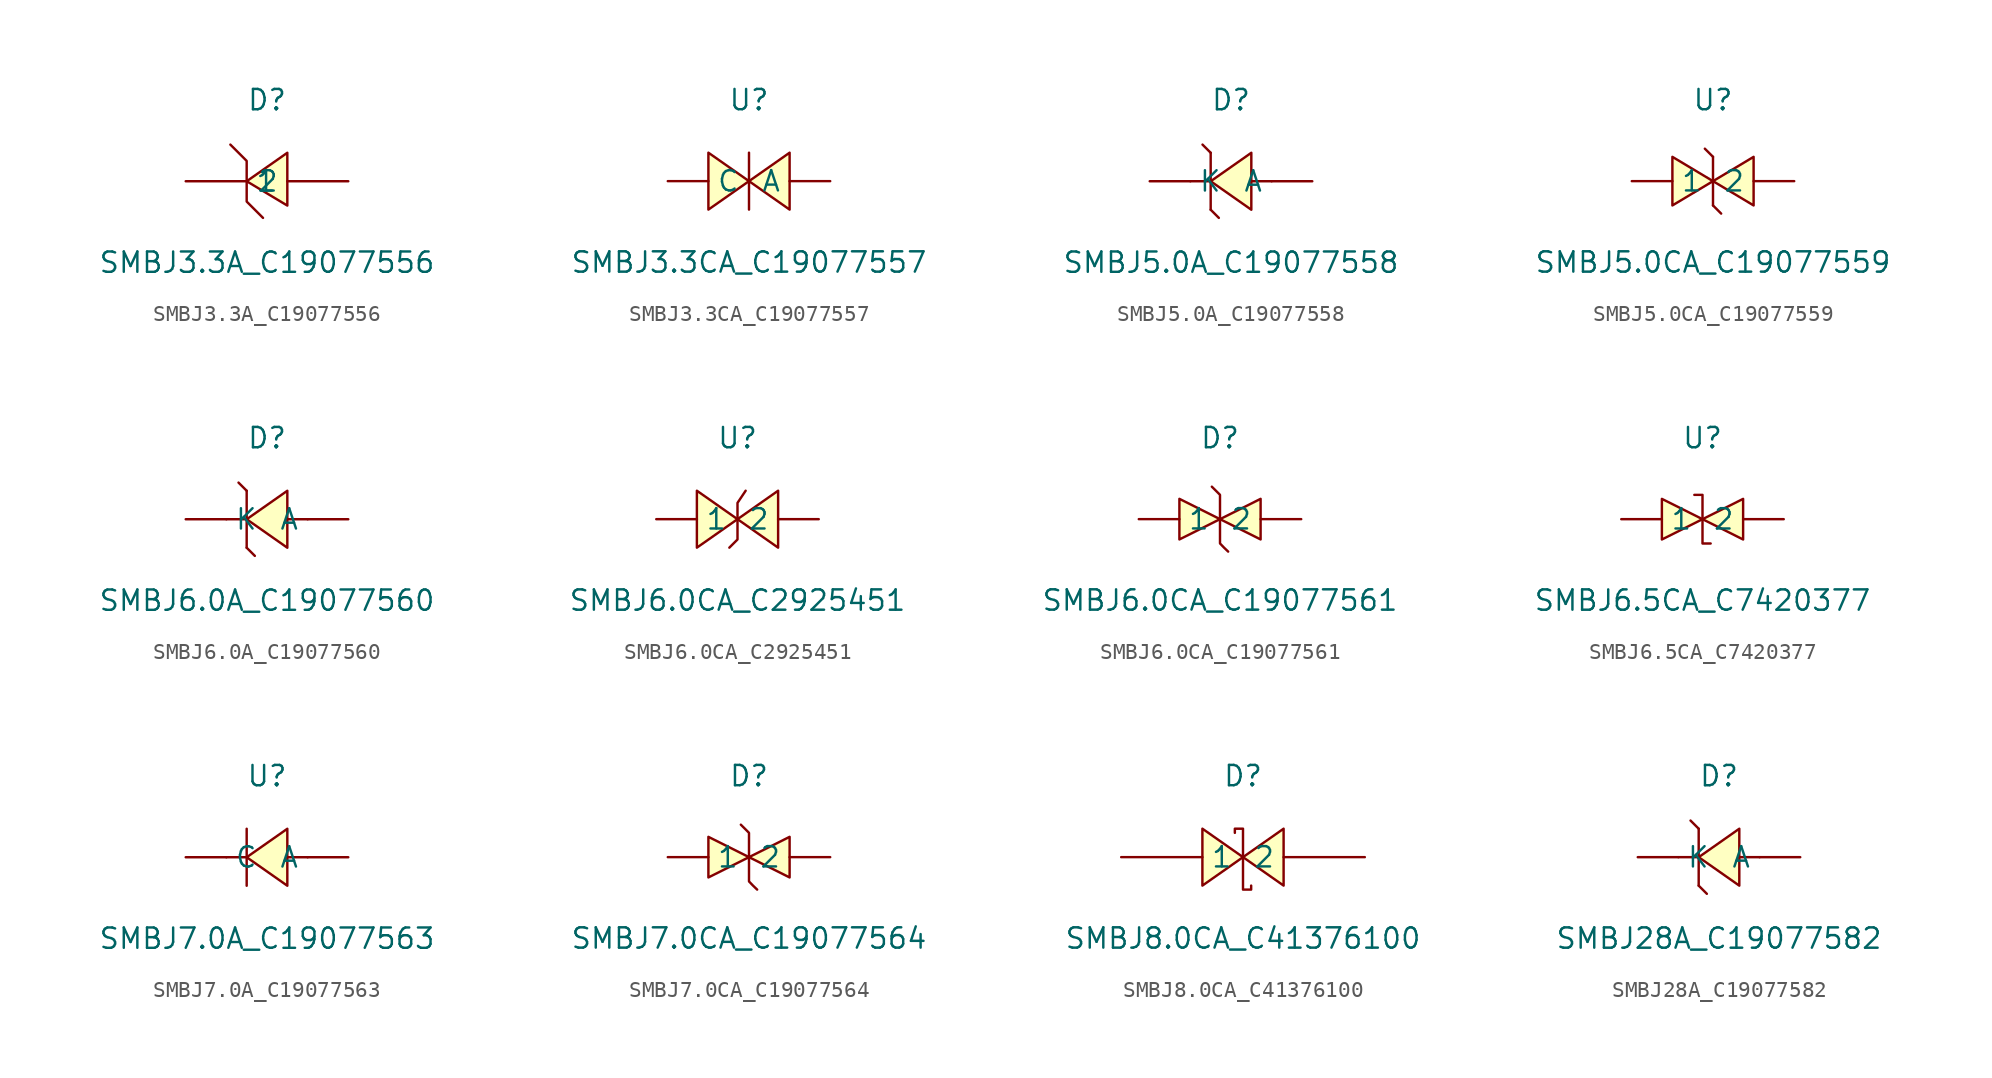
<source format=kicad_sym>
(kicad_symbol_lib
  (version 20241209)
  (generator "kicad_symbol_editor")
  (generator_version "9.0")
  (symbol "SMBJ3.3A_C19077556"
    (pin_numbers
      (hide yes))
    (property "Reference" "D"
      (at 0 5.08 0)
      (effects (font (size 1.27 1.27))))
    (property "Value" "SMBJ3.3A_C19077556"
      (at 0 -5.08 0)
      (effects (font (size 1.27 1.27))))
    (symbol "SMBJ3.3A_C19077556_0_1"
      (polyline (pts (xy -2.29 2.29) (xy -1.27 1.27) (xy -1.27 -1.27) (xy -0.25 -2.29)) (stroke (width 0) (type default)) (fill (type none)))
      (polyline (pts (xy 1.27 -1.52) (xy -1.27 0) (xy 1.27 1.78) (xy 1.27 -1.52)) (stroke (width 0) (type default)) (fill (type background)))
      (pin unspecified line (at -5.08 0 0) (length 3.81) (name "1" (effects (font (size 1.27 1.27)))) (number "1" (effects (font (size 1.27 1.27)))))
      (pin unspecified line (at 5.08 0 180) (length 3.81) (name "2" (effects (font (size 1.27 1.27)))) (number "2" (effects (font (size 1.27 1.27)))))))
  (symbol "SMBJ3.3CA_C19077557"
    (pin_numbers
      (hide yes))
    (property "Reference" "U"
      (at 0 5.08 0)
      (effects (font (size 1.27 1.27))))
    (property "Value" "SMBJ3.3CA_C19077557"
      (at 0 -5.08 0)
      (effects (font (size 1.27 1.27))))
    (symbol "SMBJ3.3CA_C19077557_0_1"
      (polyline (pts (xy -2.54 -1.78) (xy 0 0) (xy -2.54 1.78) (xy -2.54 -1.78)) (stroke (width 0) (type default)) (fill (type background)))
      (polyline (pts (xy 0 1.27) (xy 0 1.27) (xy 0 1.78) (xy 0 -1.78) (xy 0 -1.27) (xy 0 -1.27)) (stroke (width 0) (type default)) (fill (type none)))
      (polyline (pts (xy 2.54 1.78) (xy 0 0) (xy 2.54 -1.78) (xy 2.54 1.78)) (stroke (width 0) (type default)) (fill (type background)))
      (pin unspecified line (at -5.08 0 0) (length 2.54) (name "C" (effects (font (size 1.27 1.27)))) (number "1" (effects (font (size 1.27 1.27)))))
      (pin unspecified line (at 5.08 0 180) (length 2.54) (name "A" (effects (font (size 1.27 1.27)))) (number "2" (effects (font (size 1.27 1.27)))))))
  (symbol "SMBJ5.0A_C19077558"
    (pin_numbers
      (hide yes))
    (property "Reference" "D"
      (at 0 5.08 0)
      (effects (font (size 1.27 1.27))))
    (property "Value" "SMBJ5.0A_C19077558"
      (at 0 -5.08 0)
      (effects (font (size 1.27 1.27))))
    (symbol "SMBJ5.0A_C19077558_0_1"
      (polyline (pts (xy -1.27 1.78) (xy -1.78 2.29)) (stroke (width 0) (type default)) (fill (type none)))
      (polyline (pts (xy -1.27 1.78) (xy -1.27 -1.78)) (stroke (width 0) (type default)) (fill (type none)))
      (polyline (pts (xy -1.27 0) (xy -2.54 0)) (stroke (width 0) (type default)) (fill (type none)))
      (polyline (pts (xy -1.27 -1.78) (xy -0.76 -2.29)) (stroke (width 0) (type default)) (fill (type none)))
      (polyline (pts (xy 1.27 1.78) (xy -1.27 0) (xy 1.27 -1.78) (xy 1.27 1.78)) (stroke (width 0) (type default)) (fill (type background)))
      (polyline (pts (xy 2.54 0) (xy 1.27 0)) (stroke (width 0) (type default)) (fill (type none)))
      (pin unspecified line (at -5.08 0 0) (length 2.54) (name "K" (effects (font (size 1.27 1.27)))) (number "1" (effects (font (size 1.27 1.27)))))
      (pin unspecified line (at 5.08 0 180) (length 2.54) (name "A" (effects (font (size 1.27 1.27)))) (number "2" (effects (font (size 1.27 1.27)))))))
  (symbol "SMBJ5.0CA_C19077559"
    (pin_numbers
      (hide yes))
    (property "Reference" "U"
      (at 0 5.08 0)
      (effects (font (size 1.27 1.27))))
    (property "Value" "SMBJ5.0CA_C19077559"
      (at 0 -5.08 0)
      (effects (font (size 1.27 1.27))))
    (symbol "SMBJ5.0CA_C19077559_0_1"
      (polyline (pts (xy -2.54 1.52) (xy 0 0) (xy -2.54 -1.52) (xy -2.54 1.52)) (stroke (width 0) (type default)) (fill (type background)))
      (polyline (pts (xy 0 1.52) (xy -0.51 2.03) (xy 0 1.52)) (stroke (width 0) (type default)) (fill (type background)))
      (polyline (pts (xy 0 -1.52) (xy 0 1.52)) (stroke (width 0) (type default)) (fill (type none)))
      (polyline (pts (xy 0 -1.52) (xy 0.51 -2.03) (xy 0 -1.52)) (stroke (width 0) (type default)) (fill (type background)))
      (polyline (pts (xy 2.54 1.52) (xy 0 0) (xy 2.54 -1.52) (xy 2.54 1.52)) (stroke (width 0) (type default)) (fill (type background)))
      (pin unspecified line (at -5.08 0 0) (length 2.54) (name "1" (effects (font (size 1.27 1.27)))) (number "1" (effects (font (size 1.27 1.27)))))
      (pin unspecified line (at 5.08 0 180) (length 2.54) (name "2" (effects (font (size 1.27 1.27)))) (number "2" (effects (font (size 1.27 1.27)))))))
  (symbol "SMBJ6.0A_C19077560"
    (pin_numbers
      (hide yes))
    (property "Reference" "D"
      (at 0 5.08 0)
      (effects (font (size 1.27 1.27))))
    (property "Value" "SMBJ6.0A_C19077560"
      (at 0 -5.08 0)
      (effects (font (size 1.27 1.27))))
    (symbol "SMBJ6.0A_C19077560_0_1"
      (polyline (pts (xy -1.27 1.78) (xy -1.78 2.29)) (stroke (width 0) (type default)) (fill (type none)))
      (polyline (pts (xy -1.27 1.78) (xy -1.27 -1.78)) (stroke (width 0) (type default)) (fill (type none)))
      (polyline (pts (xy -1.27 0) (xy -2.54 0)) (stroke (width 0) (type default)) (fill (type none)))
      (polyline (pts (xy -1.27 -1.78) (xy -0.76 -2.29)) (stroke (width 0) (type default)) (fill (type none)))
      (polyline (pts (xy 1.27 1.78) (xy -1.27 0) (xy 1.27 -1.78) (xy 1.27 1.78)) (stroke (width 0) (type default)) (fill (type background)))
      (polyline (pts (xy 2.54 0) (xy 1.27 0)) (stroke (width 0) (type default)) (fill (type none)))
      (pin unspecified line (at -5.08 0 0) (length 2.54) (name "K" (effects (font (size 1.27 1.27)))) (number "1" (effects (font (size 1.27 1.27)))))
      (pin unspecified line (at 5.08 0 180) (length 2.54) (name "A" (effects (font (size 1.27 1.27)))) (number "2" (effects (font (size 1.27 1.27)))))))
  (symbol "SMBJ6.0CA_C2925451"
    (pin_numbers
      (hide yes))
    (property "Reference" "U"
      (at 0 5.08 0)
      (effects (font (size 1.27 1.27))))
    (property "Value" "SMBJ6.0CA_C2925451"
      (at 0 -5.08 0)
      (effects (font (size 1.27 1.27))))
    (symbol "SMBJ6.0CA_C2925451_0_1"
      (polyline (pts (xy -2.54 -1.78) (xy 0 0) (xy -2.54 1.78) (xy -2.54 -1.78)) (stroke (width 0) (type default)) (fill (type background)))
      (polyline (pts (xy 0.51 1.78) (xy 0 1.02) (xy 0 -1.27) (xy -0.51 -1.78)) (stroke (width 0) (type default)) (fill (type none)))
      (polyline (pts (xy 2.54 1.78) (xy 0 0) (xy 2.54 -1.78) (xy 2.54 1.78)) (stroke (width 0) (type default)) (fill (type background)))
      (pin unspecified line (at -5.08 0 0) (length 2.54) (name "1" (effects (font (size 1.27 1.27)))) (number "1" (effects (font (size 1.27 1.27)))))
      (pin unspecified line (at 5.08 0 180) (length 2.54) (name "2" (effects (font (size 1.27 1.27)))) (number "2" (effects (font (size 1.27 1.27)))))))
  (symbol "SMBJ6.0CA_C19077561"
    (pin_numbers
      (hide yes))
    (property "Reference" "D"
      (at 0 5.08 0)
      (effects (font (size 1.27 1.27))))
    (property "Value" "SMBJ6.0CA_C19077561"
      (at 0 -5.08 0)
      (effects (font (size 1.27 1.27))))
    (symbol "SMBJ6.0CA_C19077561_0_1"
      (polyline (pts (xy -2.54 1.27) (xy 0 0) (xy -2.54 -1.27) (xy -2.54 1.27)) (stroke (width 0) (type default)) (fill (type background)))
      (polyline (pts (xy -0.51 2.03) (xy -0.51 2.03) (xy 0 1.52) (xy 0 -1.52) (xy 0.25 -1.78) (xy 0.51 -2.03)) (stroke (width 0) (type default)) (fill (type none)))
      (polyline (pts (xy 2.54 1.27) (xy 0 0) (xy 2.54 -1.27) (xy 2.54 1.27)) (stroke (width 0) (type default)) (fill (type background)))
      (pin unspecified line (at -5.08 0 0) (length 2.54) (name "1" (effects (font (size 1.27 1.27)))) (number "1" (effects (font (size 1.27 1.27)))))
      (pin unspecified line (at 5.08 0 180) (length 2.54) (name "2" (effects (font (size 1.27 1.27)))) (number "2" (effects (font (size 1.27 1.27)))))))
  (symbol "SMBJ6.5CA_C7420377"
    (pin_numbers
      (hide yes))
    (property "Reference" "U"
      (at 0 5.08 0)
      (effects (font (size 1.27 1.27))))
    (property "Value" "SMBJ6.5CA_C7420377"
      (at 0 -5.08 0)
      (effects (font (size 1.27 1.27))))
    (symbol "SMBJ6.5CA_C7420377_0_1"
      (polyline (pts (xy -2.54 1.27) (xy 0 0) (xy -2.54 -1.27) (xy -2.54 1.27)) (stroke (width 0) (type default)) (fill (type background)))
      (polyline (pts (xy -0.51 1.52) (xy -0.51 1.52) (xy 0 1.52) (xy 0 -1.52) (xy 0.51 -1.52) (xy 0.51 -1.52)) (stroke (width 0) (type default)) (fill (type none)))
      (polyline (pts (xy 2.54 1.27) (xy 0 0) (xy 2.54 -1.27) (xy 2.54 1.27)) (stroke (width 0) (type default)) (fill (type background)))
      (pin unspecified line (at -5.08 0 0) (length 2.54) (name "1" (effects (font (size 1.27 1.27)))) (number "1" (effects (font (size 1.27 1.27)))))
      (pin unspecified line (at 5.08 0 180) (length 2.54) (name "2" (effects (font (size 1.27 1.27)))) (number "2" (effects (font (size 1.27 1.27)))))))
  (symbol "SMBJ7.0A_C19077563"
    (pin_numbers
      (hide yes))
    (property "Reference" "U"
      (at 0 5.08 0)
      (effects (font (size 1.27 1.27))))
    (property "Value" "SMBJ7.0A_C19077563"
      (at 0 -5.08 0)
      (effects (font (size 1.27 1.27))))
    (symbol "SMBJ7.0A_C19077563_0_1"
      (polyline (pts (xy -1.27 1.78) (xy -1.27 -1.78)) (stroke (width 0) (type default)) (fill (type none)))
      (polyline (pts (xy -1.27 0) (xy -2.54 0)) (stroke (width 0) (type default)) (fill (type none)))
      (polyline (pts (xy 1.27 1.78) (xy -1.27 0) (xy 1.27 -1.78) (xy 1.27 1.78)) (stroke (width 0) (type default)) (fill (type background)))
      (polyline (pts (xy 2.54 0) (xy 1.27 0)) (stroke (width 0) (type default)) (fill (type none)))
      (pin unspecified line (at -5.08 0 0) (length 2.54) (name "C" (effects (font (size 1.27 1.27)))) (number "1" (effects (font (size 1.27 1.27)))))
      (pin unspecified line (at 5.08 0 180) (length 2.54) (name "A" (effects (font (size 1.27 1.27)))) (number "2" (effects (font (size 1.27 1.27)))))))
  (symbol "SMBJ7.0CA_C19077564"
    (pin_numbers
      (hide yes))
    (property "Reference" "D"
      (at 0 5.08 0)
      (effects (font (size 1.27 1.27))))
    (property "Value" "SMBJ7.0CA_C19077564"
      (at 0 -5.08 0)
      (effects (font (size 1.27 1.27))))
    (symbol "SMBJ7.0CA_C19077564_0_1"
      (polyline (pts (xy -2.54 1.27) (xy 0 0) (xy -2.54 -1.27) (xy -2.54 1.27)) (stroke (width 0) (type default)) (fill (type background)))
      (polyline (pts (xy -0.51 2.03) (xy -0.51 2.03) (xy 0 1.52) (xy 0 -1.52) (xy 0.25 -1.78) (xy 0.51 -2.03)) (stroke (width 0) (type default)) (fill (type none)))
      (polyline (pts (xy 2.54 1.27) (xy 0 0) (xy 2.54 -1.27) (xy 2.54 1.27)) (stroke (width 0) (type default)) (fill (type background)))
      (pin unspecified line (at -5.08 0 0) (length 2.54) (name "1" (effects (font (size 1.27 1.27)))) (number "1" (effects (font (size 1.27 1.27)))))
      (pin unspecified line (at 5.08 0 180) (length 2.54) (name "2" (effects (font (size 1.27 1.27)))) (number "2" (effects (font (size 1.27 1.27)))))))
  (symbol "SMBJ8.0CA_C41376100"
    (pin_numbers
      (hide yes))
    (property "Reference" "D"
      (at 0 5.08 0)
      (effects (font (size 1.27 1.27))))
    (property "Value" "SMBJ8.0CA_C41376100"
      (at 0 -5.08 0)
      (effects (font (size 1.27 1.27))))
    (symbol "SMBJ8.0CA_C41376100_0_1"
      (polyline (pts (xy -2.54 -1.78) (xy 0 0) (xy -2.54 1.78) (xy -2.54 -1.78)) (stroke (width 0) (type default)) (fill (type background)))
      (polyline (pts (xy -0.51 1.52) (xy -0.51 1.78) (xy 0 1.78) (xy 0 -2.03) (xy 0.51 -2.03) (xy 0.51 -1.78)) (stroke (width 0) (type default)) (fill (type none)))
      (polyline (pts (xy 2.54 1.78) (xy 0 0) (xy 2.54 -1.78) (xy 2.54 1.78)) (stroke (width 0) (type default)) (fill (type background)))
      (pin unspecified line (at -7.62 0 0) (length 5.08) (name "1" (effects (font (size 1.27 1.27)))) (number "1" (effects (font (size 1.27 1.27)))))
      (pin unspecified line (at 7.62 0 180) (length 5.08) (name "2" (effects (font (size 1.27 1.27)))) (number "2" (effects (font (size 1.27 1.27)))))))
  (symbol "SMBJ28A_C19077582"
    (pin_numbers
      (hide yes))
    (property "Reference" "D"
      (at 0 5.08 0)
      (effects (font (size 1.27 1.27))))
    (property "Value" "SMBJ28A_C19077582"
      (at 0 -5.08 0)
      (effects (font (size 1.27 1.27))))
    (symbol "SMBJ28A_C19077582_0_1"
      (polyline (pts (xy -1.27 1.78) (xy -1.78 2.29)) (stroke (width 0) (type default)) (fill (type none)))
      (polyline (pts (xy -1.27 1.78) (xy -1.27 -1.78)) (stroke (width 0) (type default)) (fill (type none)))
      (polyline (pts (xy -1.27 0) (xy -2.54 0)) (stroke (width 0) (type default)) (fill (type none)))
      (polyline (pts (xy -1.27 -1.78) (xy -0.76 -2.29)) (stroke (width 0) (type default)) (fill (type none)))
      (polyline (pts (xy 1.27 1.78) (xy -1.27 0) (xy 1.27 -1.78) (xy 1.27 1.78)) (stroke (width 0) (type default)) (fill (type background)))
      (polyline (pts (xy 2.54 0) (xy 1.27 0)) (stroke (width 0) (type default)) (fill (type none)))
      (pin unspecified line (at -5.08 0 0) (length 2.54) (name "K" (effects (font (size 1.27 1.27)))) (number "1" (effects (font (size 1.27 1.27)))))
      (pin unspecified line (at 5.08 0 180) (length 2.54) (name "A" (effects (font (size 1.27 1.27)))) (number "2" (effects (font (size 1.27 1.27))))))))
</source>
